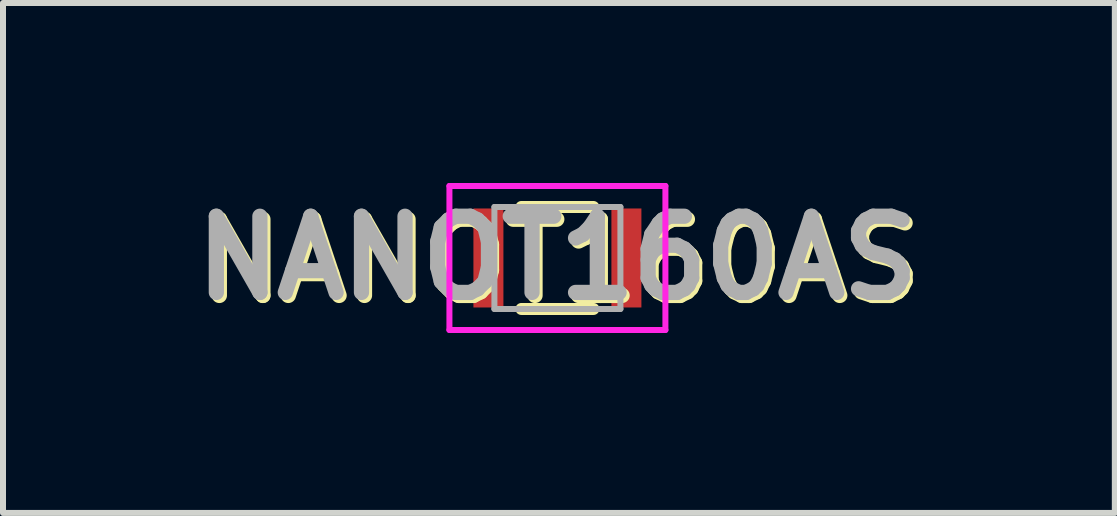
<source format=kicad_pcb>
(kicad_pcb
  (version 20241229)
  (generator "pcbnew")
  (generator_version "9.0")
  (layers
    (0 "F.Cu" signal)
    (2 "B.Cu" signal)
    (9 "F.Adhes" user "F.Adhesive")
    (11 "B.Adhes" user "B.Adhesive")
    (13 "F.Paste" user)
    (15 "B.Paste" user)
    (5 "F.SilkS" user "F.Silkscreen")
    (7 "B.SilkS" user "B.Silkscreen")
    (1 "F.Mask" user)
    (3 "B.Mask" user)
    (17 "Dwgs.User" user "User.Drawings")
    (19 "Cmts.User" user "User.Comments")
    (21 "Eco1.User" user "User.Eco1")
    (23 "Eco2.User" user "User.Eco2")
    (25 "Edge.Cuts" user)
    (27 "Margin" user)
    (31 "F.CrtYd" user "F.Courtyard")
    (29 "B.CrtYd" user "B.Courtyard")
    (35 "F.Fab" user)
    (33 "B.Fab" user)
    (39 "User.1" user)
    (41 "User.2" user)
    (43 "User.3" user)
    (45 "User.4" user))
  (footprint "NANOT160AS"
    (layer "F.Cu")
    (at 6.241 1.25)
    (property "Reference" "NANOT160AS" (at 0.05 0.05 0) (layer "F.SilkS") (effects (font (size 1.27 1.27) (thickness 0.254))))
    (attr smd)
    (fp_line (start -1.95 0) (end -1.95 0) (stroke (width 0.1) (type solid)) (layer "F.SilkS"))
    (fp_line (start -1.85 0) (end -1.85 0) (stroke (width 0.1) (type solid)) (layer "F.SilkS"))
    (fp_line (start -0.6 -0.85) (end 0.6 -0.85) (stroke (width 0.2) (type solid)) (layer "F.SilkS"))
    (fp_line (start -0.6 0.85) (end 0.6 0.85) (stroke (width 0.2) (type solid)) (layer "F.SilkS"))
    (fp_arc (start -1.95 0) (mid -1.9 -0.05) (end -1.85 0) (stroke (width 0.1) (type solid)) (layer "F.SilkS"))
    (fp_arc (start -1.85 0) (mid -1.9 0.05) (end -1.95 0) (stroke (width 0.1) (type solid)) (layer "F.SilkS"))
    (fp_line (start -1.8 -1.2) (end 1.8 -1.2) (stroke (width 0.1) (type solid)) (layer "F.CrtYd"))
    (fp_line (start -1.8 1.2) (end -1.8 -1.2) (stroke (width 0.1) (type solid)) (layer "F.CrtYd"))
    (fp_line (start 1.8 -1.2) (end 1.8 1.2) (stroke (width 0.1) (type solid)) (layer "F.CrtYd"))
    (fp_line (start 1.8 1.2) (end -1.8 1.2) (stroke (width 0.1) (type solid)) (layer "F.CrtYd"))
    (fp_line (start -1.05 -0.85) (end 1.05 -0.85) (stroke (width 0.1) (type solid)) (layer "F.Fab"))
    (fp_line (start -1.05 0.85) (end -1.05 -0.85) (stroke (width 0.1) (type solid)) (layer "F.Fab"))
    (fp_line (start 1.05 -0.85) (end 1.05 0.85) (stroke (width 0.1) (type solid)) (layer "F.Fab"))
    (fp_line (start 1.05 0.85) (end -1.05 0.85) (stroke (width 0.1) (type solid)) (layer "F.Fab"))
    (fp_text user "${REFERENCE}" (at 0 0 0) (layer "F.Fab") (effects (font (size 1.27 1.27) (thickness 0.254))))
    (pad "1" smd rect (at -1.15 0) (size 0.5 1.65) (layers "F.Cu" "F.Mask" "F.Paste"))
    (pad "2" smd rect (at 1.15 0) (size 0.5 1.65) (layers "F.Cu" "F.Mask" "F.Paste")))
  (gr_rect
    (start -3 -3)
    (end 15.532 5.5)
    (stroke (width 0.1) (type default))
    (fill no)
    (layer "Edge.Cuts")))
</source>
